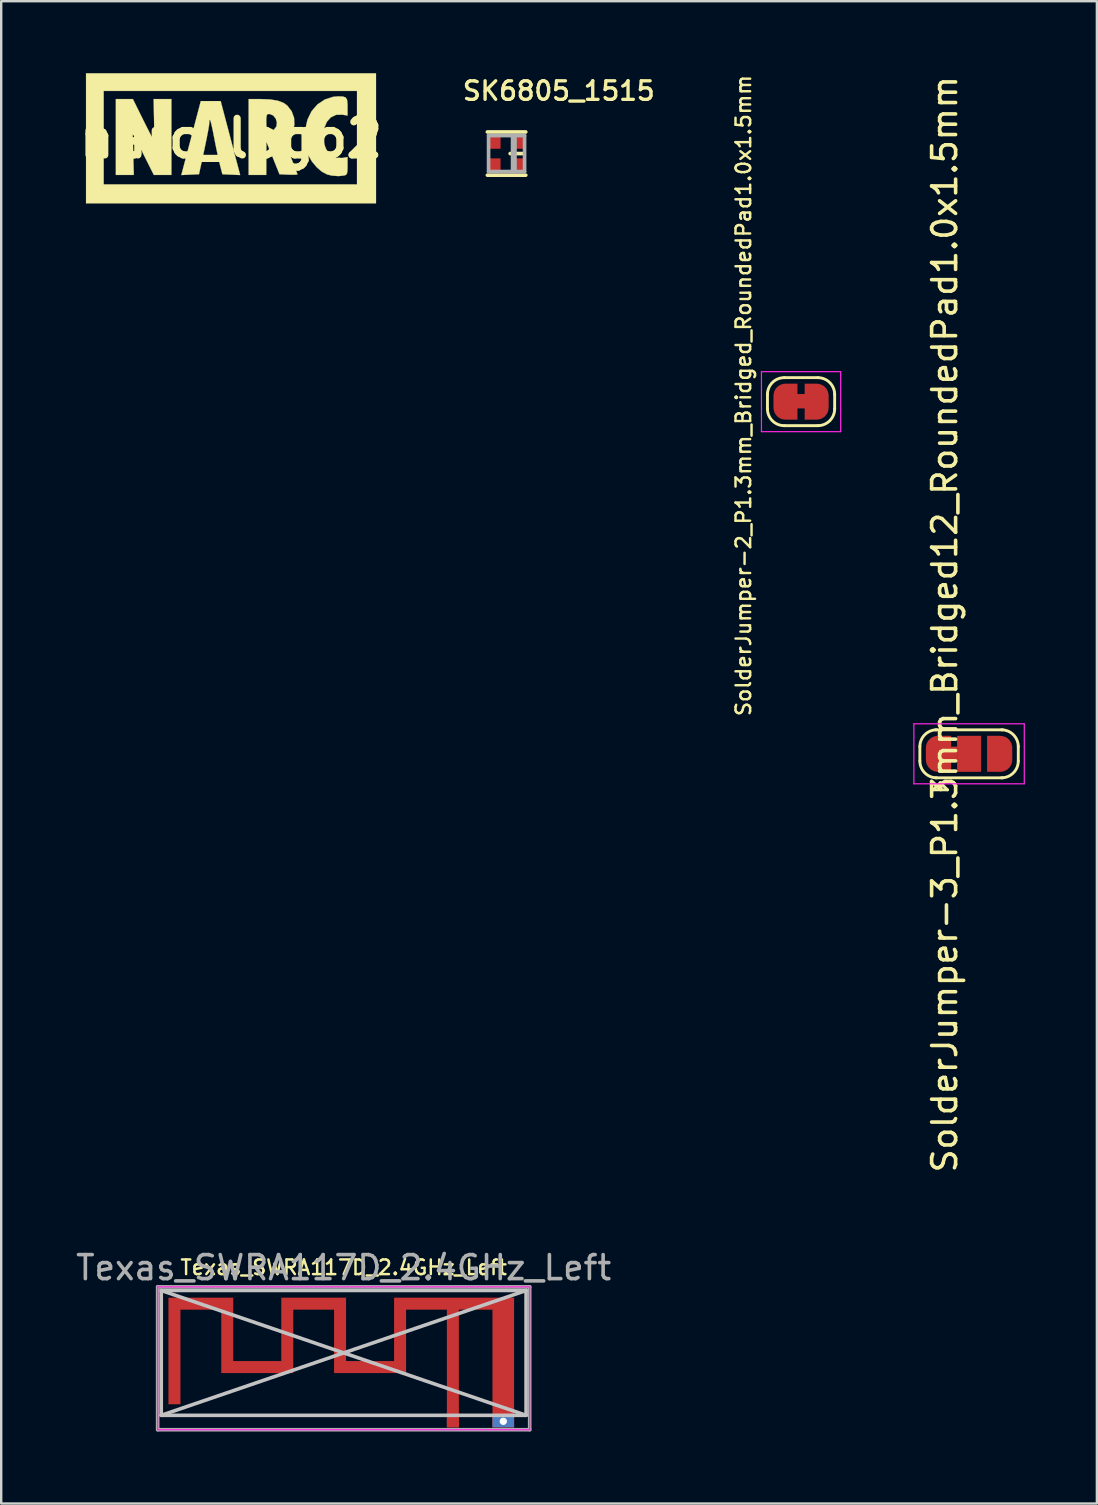
<source format=kicad_pcb>
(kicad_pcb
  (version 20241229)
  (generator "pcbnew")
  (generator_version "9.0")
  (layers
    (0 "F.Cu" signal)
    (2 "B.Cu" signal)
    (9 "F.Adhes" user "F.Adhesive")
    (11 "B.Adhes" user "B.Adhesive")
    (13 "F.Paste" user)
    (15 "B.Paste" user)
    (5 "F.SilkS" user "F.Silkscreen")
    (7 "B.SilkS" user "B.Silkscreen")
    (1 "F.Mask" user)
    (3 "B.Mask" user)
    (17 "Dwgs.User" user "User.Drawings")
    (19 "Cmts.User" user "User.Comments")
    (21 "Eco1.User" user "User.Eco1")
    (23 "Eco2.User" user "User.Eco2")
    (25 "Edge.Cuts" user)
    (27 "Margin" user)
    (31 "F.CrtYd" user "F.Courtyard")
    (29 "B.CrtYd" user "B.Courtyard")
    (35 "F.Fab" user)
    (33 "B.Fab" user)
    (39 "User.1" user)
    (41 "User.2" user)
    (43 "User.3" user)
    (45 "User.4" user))
  (footprint "Texas_SWRA117D_2.4GHz_Left"
    (layer "F.Cu")
    (at 15.818 56.165)
    (property "Reference" "Texas_SWRA117D_2.4GHz_Left" (at -4.55 -6.41 0) (layer "F.SilkS") (effects (font (size 0.61 0.61) (thickness 0.102))))
    (attr exclude_from_pos_files exclude_from_bom)
    (fp_poly (pts (xy -2.45 -2.51) (xy -4.45 -2.51) (xy -4.45 -5.15) (xy -7.15 -5.15) (xy -7.15 -2.51) (xy -9.15 -2.51) (xy -9.15 -5.15) (xy -11.85 -5.15) (xy -11.85 -0.71) (xy -11.35 -0.71) (xy -11.35 -4.65) (xy -9.65 -4.65) (xy -9.65 -2.01) (xy -6.65 -2.01) (xy -6.65 -4.65) (xy -4.95 -4.65) (xy -4.95 -2.01) (xy -1.95 -2.01) (xy -1.95 -4.65) (xy -0.25 -4.65) (xy -0.25 0.25) (xy 0.25 0.25) (xy 0.25 -4.65) (xy 1.65 -4.65) (xy 1.65 0.25) (xy 2.55 0.25) (xy 2.55 0.007) (xy 2.248 0.007) (xy 2.238 0.054) (xy 2.214 0.097) (xy 2.176 0.13) (xy 2.168 0.134) (xy 2.125 0.146) (xy 2.077 0.145) (xy 2.031 0.132) (xy 2.013 0.122) (xy 1.979 0.087) (xy 1.958 0.041) (xy 1.952 -0.008) (xy 1.96 -0.056) (xy 1.977 -0.089) (xy 2.012 -0.121) (xy 2.058 -0.141) (xy 2.107 -0.148) (xy 2.155 -0.14) (xy 2.188 -0.123) (xy 2.223 -0.086) (xy 2.243 -0.042) (xy 2.248 0.007) (xy 2.55 0.007) (xy 2.55 -5.15) (xy -2.45 -5.15) (xy -2.45 -2.51)) (stroke (width 0) (type solid)) (fill yes) (layer "F.Cu"))
    (fp_line (start -12.15 -0.25) (end -12.15 -5.45) (stroke (width 0.15) (type solid)) (layer "Dwgs.User"))
    (fp_line (start 3.05 -5.45) (end -12.15 -5.45) (stroke (width 0.15) (type solid)) (layer "Dwgs.User"))
    (fp_line (start 3.05 -5.45) (end -12.15 -0.25) (stroke (width 0.15) (type solid)) (layer "Dwgs.User"))
    (fp_line (start 3.05 -0.25) (end -12.15 -5.45) (stroke (width 0.15) (type solid)) (layer "Dwgs.User"))
    (fp_line (start 3.05 -0.25) (end -12.15 -0.25) (stroke (width 0.15) (type solid)) (layer "Dwgs.User"))
    (fp_line (start 3.05 -0.25) (end 3.05 -5.45) (stroke (width 0.15) (type solid)) (layer "Dwgs.User"))
    (fp_line (start -12.3 -5.6) (end -12.3 0.35) (stroke (width 0.05) (type solid)) (layer "F.CrtYd"))
    (fp_line (start -12.3 0.35) (end 3.2 0.35) (stroke (width 0.05) (type solid)) (layer "F.CrtYd"))
    (fp_line (start 3.2 -5.6) (end -12.3 -5.6) (stroke (width 0.05) (type solid)) (layer "F.CrtYd"))
    (fp_line (start 3.2 0.35) (end 3.2 -5.6) (stroke (width 0.05) (type solid)) (layer "F.CrtYd"))
    (fp_line (start -12.3 -5.6) (end -12.3 0.35) (stroke (width 0.15) (type solid)) (layer "F.Fab"))
    (fp_line (start -12.3 0.35) (end 3.2 0.35) (stroke (width 0.15) (type solid)) (layer "F.Fab"))
    (fp_line (start 3.2 -5.6) (end -12.3 -5.6) (stroke (width 0.15) (type solid)) (layer "F.Fab"))
    (fp_line (start 3.2 0.35) (end 3.2 -5.6) (stroke (width 0.15) (type solid)) (layer "F.Fab"))
    (fp_text user "${REFERENCE}" (at -4.55 -6.4 0) (layer "F.Fab") (effects (font (size 1 1) (thickness 0.15))))
    (pad "1" connect rect (at 0 0) (size 0.5 0.5) (layers "F.Cu"))
    (pad "2" thru_hole rect (at 2.1 0) (size 0.9 0.5) (drill 0.305) (layers "*.Cu" "*.Mask")))
  (footprint "narc_logo2"
    (layer "F.Cu")
    (at 6.575 2.714)
    (property "Reference" "narc_logo2" (at 0 0 0) (layer "F.SilkS") (effects (font (size 1.524 1.524) (thickness 0.3))))
    (attr through_hole)
    (fp_poly (pts (xy 6.04 2.709) (xy -6.04 2.709) (xy -6.04 -1.976) (xy -5.306 -1.976) (xy -5.306 1.919) (xy 5.249 1.919) (xy 5.249 -1.976) (xy -5.306 -1.976) (xy -6.04 -1.976) (xy -6.04 -2.709) (xy 6.04 -2.709) (xy 6.04 2.709)) (stroke (width 0.01) (type solid)) (fill yes) (layer "F.SilkS"))
    (fp_poly (pts (xy -3.667 -0.785) (xy -3.526 -0.503) (xy -3.402 -0.258) (xy -3.303 -0.067) (xy -3.238 0.052) (xy -3.217 0.084) (xy -3.209 0.037) (xy -3.204 -0.103) (xy -3.202 -0.32) (xy -3.204 -0.593) (xy -3.207 -0.767) (xy -3.225 -1.637) (xy -2.484 -1.637) (xy -2.484 1.524) (xy -3.217 1.524) (xy -4.098 -0.235) (xy -4.074 0.644) (xy -4.05 1.524) (xy -4.798 1.524) (xy -4.798 -1.637) (xy -4.089 -1.637) (xy -3.667 -0.785)) (stroke (width 0.01) (type solid)) (fill yes) (layer "F.SilkS"))
    (fp_poly (pts (xy -0.223 -0.762) (xy -0.124 -0.389) (xy -0.014 0.032) (xy 0.096 0.447) (xy 0.183 0.779) (xy 0.381 1.529) (xy 0.011 1.512) (xy -0.36 1.496) (xy -0.462 1.101) (xy -0.513 0.886) (xy -0.576 0.598) (xy -0.643 0.277) (xy -0.7 -0.018) (xy -0.77 -0.372) (xy -0.824 -0.616) (xy -0.864 -0.75) (xy -0.891 -0.777) (xy -0.903 -0.697) (xy -0.905 -0.644) (xy -0.917 -0.537) (xy -0.95 -0.34) (xy -1 -0.077) (xy -1.062 0.232) (xy -1.121 0.508) (xy -1.335 1.496) (xy -1.703 1.512) (xy -2.071 1.529) (xy -1.665 -0.012) (xy -1.26 -1.552) (xy -0.431 -1.552) (xy -0.223 -0.762)) (stroke (width 0.01) (type solid)) (fill yes) (layer "F.SilkS"))
    (fp_poly (pts (xy 4.663 -1.742) (xy 4.778 -1.702) (xy 4.835 -1.607) (xy 4.853 -1.434) (xy 4.854 -1.315) (xy 4.854 -0.95) (xy 4.634 -0.987) (xy 4.377 -0.98) (xy 4.159 -0.876) (xy 3.99 -0.686) (xy 3.881 -0.421) (xy 3.841 -0.094) (xy 3.841 -0.085) (xy 3.88 0.243) (xy 3.989 0.509) (xy 4.159 0.701) (xy 4.378 0.808) (xy 4.635 0.818) (xy 4.66 0.814) (xy 4.854 0.778) (xy 4.854 1.144) (xy 4.85 1.344) (xy 4.833 1.459) (xy 4.794 1.517) (xy 4.727 1.545) (xy 4.484 1.573) (xy 4.202 1.552) (xy 4.008 1.506) (xy 3.789 1.392) (xy 3.566 1.2) (xy 3.368 0.961) (xy 3.222 0.707) (xy 3.191 0.626) (xy 3.114 0.271) (xy 3.092 -0.128) (xy 3.125 -0.52) (xy 3.188 -0.787) (xy 3.357 -1.134) (xy 3.603 -1.415) (xy 3.909 -1.619) (xy 4.257 -1.731) (xy 4.469 -1.749) (xy 4.663 -1.742)) (stroke (width 0.01) (type solid)) (fill yes) (layer "F.SilkS"))
    (fp_poly (pts (xy 1.628 -1.621) (xy 1.946 -1.569) (xy 2.186 -1.479) (xy 2.34 -1.37) (xy 2.525 -1.132) (xy 2.626 -0.856) (xy 2.641 -0.569) (xy 2.569 -0.296) (xy 2.411 -0.064) (xy 2.378 -0.034) (xy 2.29 0.066) (xy 2.258 0.138) (xy 2.278 0.213) (xy 2.333 0.37) (xy 2.413 0.585) (xy 2.512 0.834) (xy 2.61 1.081) (xy 2.691 1.288) (xy 2.745 1.434) (xy 2.766 1.497) (xy 2.766 1.498) (xy 2.714 1.511) (xy 2.58 1.517) (xy 2.393 1.512) (xy 2.019 1.496) (xy 1.746 0.818) (xy 1.473 0.141) (xy 1.47 0.833) (xy 1.468 1.524) (xy 0.734 1.524) (xy 0.734 -0.649) (xy 1.468 -0.649) (xy 1.48 -0.424) (xy 1.523 -0.301) (xy 1.606 -0.274) (xy 1.738 -0.333) (xy 1.794 -0.37) (xy 1.892 -0.498) (xy 1.911 -0.66) (xy 1.863 -0.822) (xy 1.759 -0.952) (xy 1.61 -1.014) (xy 1.58 -1.016) (xy 1.519 -1.005) (xy 1.485 -0.954) (xy 1.471 -0.838) (xy 1.468 -0.649) (xy 0.734 -0.649) (xy 0.734 -1.637) (xy 1.217 -1.637) (xy 1.628 -1.621)) (stroke (width 0.01) (type solid)) (fill yes) (layer "F.SilkS")))
  (footprint "SolderJumper-2_P1.3mm_Bridged_RoundedPad1.0x1.5mm"
    (layer "F.Cu")
    (at 30.324 13.684)
    (property "Reference" "SolderJumper-2_P1.3mm_Bridged_RoundedPad1.0x1.5mm" (at -2.398 -0.254 90) (layer "F.SilkS") (effects (font (size 0.61 0.61) (thickness 0.102))))
    (attr exclude_from_pos_files exclude_from_bom)
    (fp_poly (pts (xy 0.25 -0.318) (xy -0.25 -0.318) (xy -0.25 0.282) (xy 0.25 0.282)) (stroke (width 0) (type solid)) (fill yes) (layer "F.Cu"))
    (fp_line (start -1.4 0.3) (end -1.4 -0.3) (stroke (width 0.12) (type solid)) (layer "F.SilkS"))
    (fp_line (start -0.7 -1) (end 0.7 -1) (stroke (width 0.12) (type solid)) (layer "F.SilkS"))
    (fp_line (start 0.7 1) (end -0.7 1) (stroke (width 0.12) (type solid)) (layer "F.SilkS"))
    (fp_line (start 1.4 -0.3) (end 1.4 0.3) (stroke (width 0.12) (type solid)) (layer "F.SilkS"))
    (fp_arc (start -1.4 -0.3) (mid -1.194975 -0.794975) (end -0.7 -1) (stroke (width 0.12) (type solid)) (layer "F.SilkS"))
    (fp_arc (start -0.7 1) (mid -1.194975 0.794975) (end -1.4 0.3) (stroke (width 0.12) (type solid)) (layer "F.SilkS"))
    (fp_arc (start 0.7 -1) (mid 1.194975 -0.794975) (end 1.4 -0.3) (stroke (width 0.12) (type solid)) (layer "F.SilkS"))
    (fp_arc (start 1.4 0.3) (mid 1.194975 0.794975) (end 0.7 1) (stroke (width 0.12) (type solid)) (layer "F.SilkS"))
    (fp_line (start -1.65 -1.25) (end -1.65 1.25) (stroke (width 0.05) (type solid)) (layer "F.CrtYd"))
    (fp_line (start -1.65 -1.25) (end 1.65 -1.25) (stroke (width 0.05) (type solid)) (layer "F.CrtYd"))
    (fp_line (start 1.65 1.25) (end -1.65 1.25) (stroke (width 0.05) (type solid)) (layer "F.CrtYd"))
    (fp_line (start 1.65 1.25) (end 1.65 -1.25) (stroke (width 0.05) (type solid)) (layer "F.CrtYd"))
    (pad "1" smd custom (at -0.65 0) (size 1 0.5) (layers "F.Cu" "F.Mask") (options (anchor rect)) (primitives (gr_poly (pts (xy 0 -0.75) (xy 0.5 -0.75) (xy 0.5 0.75) (xy 0 0.75)) (width 0) (fill yes)) (gr_circle (center 0 0.25) (end 0.5 0.25) (width 0) (fill yes)) (gr_circle (center 0 -0.25) (end 0.5 -0.25) (width 0) (fill yes))))
    (pad "2" smd custom (at 0.65 0) (size 1 0.5) (layers "F.Cu" "F.Mask") (options (anchor rect)) (primitives (gr_circle (center 0 0.25) (end 0.5 0.25) (width 0) (fill yes)) (gr_circle (center 0 -0.25) (end 0.5 -0.25) (width 0) (fill yes)) (gr_poly (pts (xy 0 -0.75) (xy -0.5 -0.75) (xy -0.5 0.75) (xy 0 0.75)) (width 0) (fill yes)))))
  (footprint "SolderJumper-3_P1.3mm_Bridged12_RoundedPad1.0x1.5mm"
    (layer "F.Cu")
    (at 37.324 28.356)
    (property "Reference" "SolderJumper-3_P1.3mm_Bridged12_RoundedPad1.0x1.5mm" (at -1.016 -5.397 270) (layer "F.SilkS") (effects (font (size 1 1) (thickness 0.15))))
    (attr exclude_from_pos_files exclude_from_bom)
    (fp_line (start -2.05 0.3) (end -2.05 -0.3) (stroke (width 0.12) (type solid)) (layer "F.SilkS"))
    (fp_line (start -1.5 1.5) (end -0.9 1.5) (stroke (width 0.12) (type solid)) (layer "F.SilkS"))
    (fp_line (start -1.4 -1) (end 1.4 -1) (stroke (width 0.12) (type solid)) (layer "F.SilkS"))
    (fp_line (start -1.2 1.2) (end -1.5 1.5) (stroke (width 0.12) (type solid)) (layer "F.SilkS"))
    (fp_line (start -1.2 1.2) (end -0.9 1.5) (stroke (width 0.12) (type solid)) (layer "F.SilkS"))
    (fp_line (start 1.4 1) (end -1.4 1) (stroke (width 0.12) (type solid)) (layer "F.SilkS"))
    (fp_line (start 2.05 -0.3) (end 2.05 0.3) (stroke (width 0.12) (type solid)) (layer "F.SilkS"))
    (fp_arc (start -2.05 -0.3) (mid -1.844975 -0.794975) (end -1.35 -1) (stroke (width 0.12) (type solid)) (layer "F.SilkS"))
    (fp_arc (start -1.35 1) (mid -1.844975 0.794975) (end -2.05 0.3) (stroke (width 0.12) (type solid)) (layer "F.SilkS"))
    (fp_arc (start 1.35 -1) (mid 1.844975 -0.794975) (end 2.05 -0.3) (stroke (width 0.12) (type solid)) (layer "F.SilkS"))
    (fp_arc (start 2.05 0.3) (mid 1.844975 0.794975) (end 1.35 1) (stroke (width 0.12) (type solid)) (layer "F.SilkS"))
    (fp_line (start -2.3 -1.25) (end -2.3 1.25) (stroke (width 0.05) (type solid)) (layer "F.CrtYd"))
    (fp_line (start -2.3 -1.25) (end 2.3 -1.25) (stroke (width 0.05) (type solid)) (layer "F.CrtYd"))
    (fp_line (start 2.3 1.25) (end -2.3 1.25) (stroke (width 0.05) (type solid)) (layer "F.CrtYd"))
    (fp_line (start 2.3 1.25) (end 2.3 -1.25) (stroke (width 0.05) (type solid)) (layer "F.CrtYd"))
    (pad "1" smd custom (at -1.3 0) (size 1 0.5) (layers "F.Cu" "F.Mask") (options (anchor rect)) (primitives (gr_circle (center 0 0.25) (end 0.5 0.25) (width 0) (fill yes)) (gr_circle (center 0 -0.25) (end 0.5 -0.25) (width 0) (fill yes)) (gr_poly (pts (xy 0.4 -0.3) (xy 0.8 -0.3) (xy 0.8 0.3) (xy 0.4 0.3)) (width 0) (fill yes)) (gr_poly (pts (xy 0.55 -0.75) (xy 0 -0.75) (xy 0 0.75) (xy 0.55 0.75)) (width 0) (fill yes))))
    (pad "2" smd rect (at 0 0) (size 1 1.5) (layers "F.Cu" "F.Mask"))
    (pad "3" smd custom (at 1.3 0) (size 1 0.5) (layers "F.Cu" "F.Mask") (options (anchor rect)) (primitives (gr_circle (center 0 0.25) (end 0.5 0.25) (width 0) (fill yes)) (gr_circle (center 0 -0.25) (end 0.5 -0.25) (width 0) (fill yes)) (gr_poly (pts (xy -0.55 -0.75) (xy 0 -0.75) (xy 0 0.75) (xy -0.55 0.75)) (width 0) (fill yes)))))
  (footprint "SK6805_1515"
    (layer "F.Cu")
    (at 18.055 3.348)
    (property "Reference" "SK6805_1515" (at -1.905 -2.159 0) (layer "F.SilkS") (effects (font (size 0.772 0.772) (thickness 0.139)) (justify left bottom)))
    (attr through_hole)
    (fp_line (start -0.8 -0.9) (end 0.8 -0.9) (stroke (width 0.152) (type solid)) (layer "F.SilkS"))
    (fp_line (start -0.8 0.9) (end 0.8 0.9) (stroke (width 0.152) (type solid)) (layer "F.SilkS"))
    (fp_line (start 0.7 0) (end 0.15 0) (stroke (width 0.152) (type solid)) (layer "F.SilkS"))
    (fp_line (start -0.75 -0.75) (end 0.25 -0.75) (stroke (width 0.152) (type solid)) (layer "F.Fab"))
    (fp_line (start -0.75 0.75) (end -0.75 -0.75) (stroke (width 0.152) (type solid)) (layer "F.Fab"))
    (fp_line (start 0.25 -0.75) (end 0.25 0.75) (stroke (width 0.152) (type solid)) (layer "F.Fab"))
    (fp_line (start 0.25 0.75) (end -0.75 0.75) (stroke (width 0.152) (type solid)) (layer "F.Fab"))
    (fp_line (start 0.25 0.75) (end 0.35 0.75) (stroke (width 0.152) (type solid)) (layer "F.Fab"))
    (fp_line (start 0.35 -0.75) (end 0.25 -0.75) (stroke (width 0.152) (type solid)) (layer "F.Fab"))
    (fp_line (start 0.35 -0.75) (end 0.75 -0.75) (stroke (width 0.152) (type solid)) (layer "F.Fab"))
    (fp_line (start 0.35 0.75) (end 0.35 -0.75) (stroke (width 0.152) (type solid)) (layer "F.Fab"))
    (fp_line (start 0.75 -0.75) (end 0.75 0.75) (stroke (width 0.152) (type solid)) (layer "F.Fab"))
    (fp_line (start 0.75 0.75) (end 0.35 0.75) (stroke (width 0.152) (type solid)) (layer "F.Fab"))
    (pad "1" smd rect (at -0.5 0.45) (size 0.5 0.5) (layers "F.Cu" "F.Mask" "F.Paste"))
    (pad "2" smd rect (at 0.5 0.45) (size 0.5 0.5) (layers "F.Cu" "F.Mask" "F.Paste"))
    (pad "3" smd rect (at 0.5 -0.45) (size 0.5 0.5) (layers "F.Cu" "F.Mask" "F.Paste"))
    (pad "4" smd rect (at -0.5 -0.45) (size 0.5 0.5) (layers "F.Cu" "F.Mask" "F.Paste")))
  (gr_rect
    (start -3 -3)
    (end 42.649 59.59)
    (stroke (width 0.1) (type default))
    (fill no)
    (layer "Edge.Cuts")))
</source>
